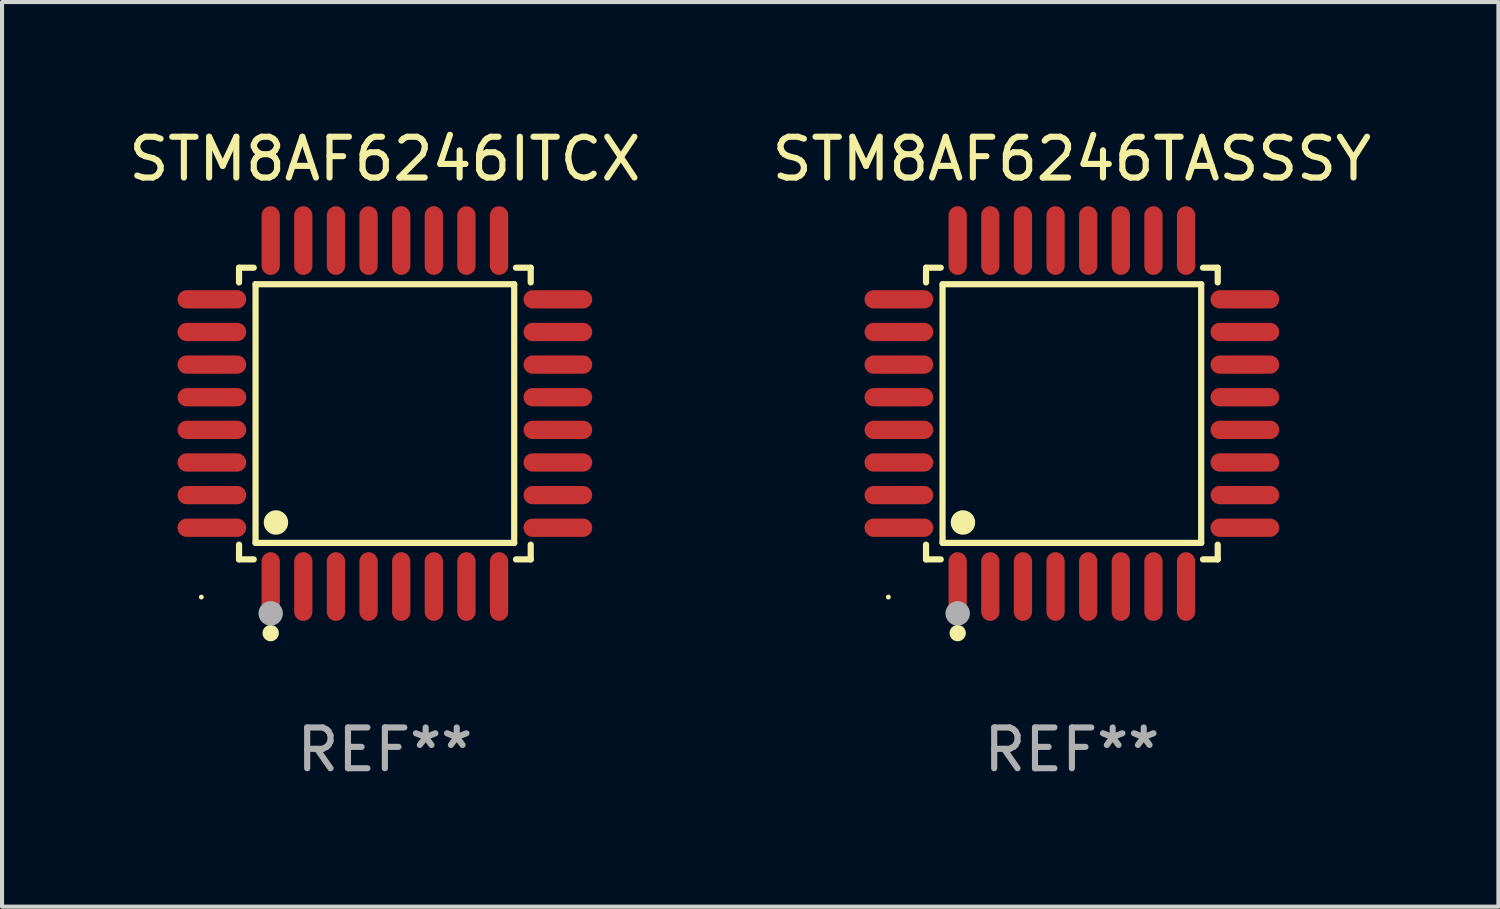
<source format=kicad_pcb>
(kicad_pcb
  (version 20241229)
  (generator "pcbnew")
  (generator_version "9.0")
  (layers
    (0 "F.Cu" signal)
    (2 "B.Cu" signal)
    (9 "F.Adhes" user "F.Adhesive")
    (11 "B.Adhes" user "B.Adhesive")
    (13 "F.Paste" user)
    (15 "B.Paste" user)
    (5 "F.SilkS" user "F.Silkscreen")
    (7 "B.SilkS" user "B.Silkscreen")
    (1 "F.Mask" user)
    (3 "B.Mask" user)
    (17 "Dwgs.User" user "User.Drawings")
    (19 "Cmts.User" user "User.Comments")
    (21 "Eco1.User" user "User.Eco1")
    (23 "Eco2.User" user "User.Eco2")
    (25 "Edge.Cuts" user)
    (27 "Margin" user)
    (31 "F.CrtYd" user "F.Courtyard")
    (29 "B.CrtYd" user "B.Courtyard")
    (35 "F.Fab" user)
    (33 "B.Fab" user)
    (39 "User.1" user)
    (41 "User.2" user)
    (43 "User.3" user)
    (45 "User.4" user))
  (footprint "STM8AF6246TASSSY"
    (layer "F.Cu")
    (at 23.232 7.09)
    (property "Reference" "STM8AF6246TASSSY" (at 0 -6.242 0) (layer "F.SilkS") (effects (font (size 1 1) (thickness 0.15))))
    (attr through_hole)
    (fp_line (start -3.576 -3.576) (end -3.215 -3.576) (stroke (width 0.152) (type solid)) (layer "F.SilkS"))
    (fp_line (start -3.576 -3.215) (end -3.576 -3.576) (stroke (width 0.152) (type solid)) (layer "F.SilkS"))
    (fp_line (start -3.576 3.215) (end -3.576 3.576) (stroke (width 0.152) (type solid)) (layer "F.SilkS"))
    (fp_line (start -3.576 3.576) (end -3.215 3.576) (stroke (width 0.152) (type solid)) (layer "F.SilkS"))
    (fp_line (start -3.171 -3.171) (end 3.171 -3.171) (stroke (width 0.152) (type solid)) (layer "F.SilkS"))
    (fp_line (start -3.171 3.171) (end -3.171 -3.171) (stroke (width 0.152) (type solid)) (layer "F.SilkS"))
    (fp_line (start 3.171 -3.171) (end 3.171 3.171) (stroke (width 0.152) (type solid)) (layer "F.SilkS"))
    (fp_line (start 3.171 3.171) (end -3.171 3.171) (stroke (width 0.152) (type solid)) (layer "F.SilkS"))
    (fp_line (start 3.576 -3.576) (end 3.215 -3.576) (stroke (width 0.152) (type solid)) (layer "F.SilkS"))
    (fp_line (start 3.576 -3.215) (end 3.576 -3.576) (stroke (width 0.152) (type solid)) (layer "F.SilkS"))
    (fp_line (start 3.576 3.215) (end 3.576 3.576) (stroke (width 0.152) (type solid)) (layer "F.SilkS"))
    (fp_line (start 3.576 3.576) (end 3.215 3.576) (stroke (width 0.152) (type solid)) (layer "F.SilkS"))
    (fp_circle (center -4.5 4.5) (end -4.47 4.5) (stroke (width 0.06) (type solid)) (fill no) (layer "F.SilkS"))
    (fp_circle (center -2.8 5.384) (end -2.7 5.384) (stroke (width 0.2) (type solid)) (fill no) (layer "F.SilkS"))
    (fp_circle (center -2.671 2.671) (end -2.521 2.671) (stroke (width 0.3) (type solid)) (fill no) (layer "F.SilkS"))
    (fp_circle (center -2.8 4.9) (end -2.65 4.9) (stroke (width 0.3) (type solid)) (fill no) (layer "F.Fab"))
    (fp_text user "REF**" (at 0 8.242 0) (layer "F.Fab") (effects (font (size 1 1) (thickness 0.15))))
    (pad "1" smd oval (at -2.8 4.242) (size 0.448 1.684) (layers "F.Cu" "F.Mask" "F.Paste"))
    (pad "2" smd oval (at -2 4.242) (size 0.448 1.684) (layers "F.Cu" "F.Mask" "F.Paste"))
    (pad "3" smd oval (at -1.2 4.242) (size 0.448 1.684) (layers "F.Cu" "F.Mask" "F.Paste"))
    (pad "4" smd oval (at -0.4 4.242) (size 0.448 1.684) (layers "F.Cu" "F.Mask" "F.Paste"))
    (pad "5" smd oval (at 0.4 4.242) (size 0.448 1.684) (layers "F.Cu" "F.Mask" "F.Paste"))
    (pad "6" smd oval (at 1.2 4.242) (size 0.448 1.684) (layers "F.Cu" "F.Mask" "F.Paste"))
    (pad "7" smd oval (at 2 4.242) (size 0.448 1.684) (layers "F.Cu" "F.Mask" "F.Paste"))
    (pad "8" smd oval (at 2.8 4.242) (size 0.448 1.684) (layers "F.Cu" "F.Mask" "F.Paste"))
    (pad "9" smd oval (at 4.242 2.8) (size 1.684 0.448) (layers "F.Cu" "F.Mask" "F.Paste"))
    (pad "10" smd oval (at 4.242 2) (size 1.684 0.448) (layers "F.Cu" "F.Mask" "F.Paste"))
    (pad "11" smd oval (at 4.242 1.2) (size 1.684 0.448) (layers "F.Cu" "F.Mask" "F.Paste"))
    (pad "12" smd oval (at 4.242 0.4) (size 1.684 0.448) (layers "F.Cu" "F.Mask" "F.Paste"))
    (pad "13" smd oval (at 4.242 -0.4) (size 1.684 0.448) (layers "F.Cu" "F.Mask" "F.Paste"))
    (pad "14" smd oval (at 4.242 -1.2) (size 1.684 0.448) (layers "F.Cu" "F.Mask" "F.Paste"))
    (pad "15" smd oval (at 4.242 -2) (size 1.684 0.448) (layers "F.Cu" "F.Mask" "F.Paste"))
    (pad "16" smd oval (at 4.242 -2.8) (size 1.684 0.448) (layers "F.Cu" "F.Mask" "F.Paste"))
    (pad "17" smd oval (at 2.8 -4.242) (size 0.448 1.684) (layers "F.Cu" "F.Mask" "F.Paste"))
    (pad "18" smd oval (at 2 -4.242) (size 0.448 1.684) (layers "F.Cu" "F.Mask" "F.Paste"))
    (pad "19" smd oval (at 1.2 -4.242) (size 0.448 1.684) (layers "F.Cu" "F.Mask" "F.Paste"))
    (pad "20" smd oval (at 0.4 -4.242) (size 0.448 1.684) (layers "F.Cu" "F.Mask" "F.Paste"))
    (pad "21" smd oval (at -0.4 -4.242) (size 0.448 1.684) (layers "F.Cu" "F.Mask" "F.Paste"))
    (pad "22" smd oval (at -1.2 -4.242) (size 0.448 1.684) (layers "F.Cu" "F.Mask" "F.Paste"))
    (pad "23" smd oval (at -2 -4.242) (size 0.448 1.684) (layers "F.Cu" "F.Mask" "F.Paste"))
    (pad "24" smd oval (at -2.8 -4.242) (size 0.448 1.684) (layers "F.Cu" "F.Mask" "F.Paste"))
    (pad "25" smd oval (at -4.242 -2.8) (size 1.684 0.448) (layers "F.Cu" "F.Mask" "F.Paste"))
    (pad "26" smd oval (at -4.242 -2) (size 1.684 0.448) (layers "F.Cu" "F.Mask" "F.Paste"))
    (pad "27" smd oval (at -4.242 -1.2) (size 1.684 0.448) (layers "F.Cu" "F.Mask" "F.Paste"))
    (pad "28" smd oval (at -4.242 -0.4) (size 1.684 0.448) (layers "F.Cu" "F.Mask" "F.Paste"))
    (pad "29" smd oval (at -4.242 0.4) (size 1.684 0.448) (layers "F.Cu" "F.Mask" "F.Paste"))
    (pad "30" smd oval (at -4.242 1.2) (size 1.684 0.448) (layers "F.Cu" "F.Mask" "F.Paste"))
    (pad "31" smd oval (at -4.242 2) (size 1.684 0.448) (layers "F.Cu" "F.Mask" "F.Paste"))
    (pad "32" smd oval (at -4.242 2.8) (size 1.684 0.448) (layers "F.Cu" "F.Mask" "F.Paste")))
  (footprint "STM8AF6246ITCX"
    (layer "F.Cu")
    (at 6.387 7.09)
    (property "Reference" "STM8AF6246ITCX" (at 0 -6.242 0) (layer "F.SilkS") (effects (font (size 1 1) (thickness 0.15))))
    (attr through_hole)
    (fp_line (start -3.576 -3.576) (end -3.215 -3.576) (stroke (width 0.152) (type solid)) (layer "F.SilkS"))
    (fp_line (start -3.576 -3.215) (end -3.576 -3.576) (stroke (width 0.152) (type solid)) (layer "F.SilkS"))
    (fp_line (start -3.576 3.215) (end -3.576 3.576) (stroke (width 0.152) (type solid)) (layer "F.SilkS"))
    (fp_line (start -3.576 3.576) (end -3.215 3.576) (stroke (width 0.152) (type solid)) (layer "F.SilkS"))
    (fp_line (start -3.171 -3.171) (end 3.171 -3.171) (stroke (width 0.152) (type solid)) (layer "F.SilkS"))
    (fp_line (start -3.171 3.171) (end -3.171 -3.171) (stroke (width 0.152) (type solid)) (layer "F.SilkS"))
    (fp_line (start 3.171 -3.171) (end 3.171 3.171) (stroke (width 0.152) (type solid)) (layer "F.SilkS"))
    (fp_line (start 3.171 3.171) (end -3.171 3.171) (stroke (width 0.152) (type solid)) (layer "F.SilkS"))
    (fp_line (start 3.576 -3.576) (end 3.215 -3.576) (stroke (width 0.152) (type solid)) (layer "F.SilkS"))
    (fp_line (start 3.576 -3.215) (end 3.576 -3.576) (stroke (width 0.152) (type solid)) (layer "F.SilkS"))
    (fp_line (start 3.576 3.215) (end 3.576 3.576) (stroke (width 0.152) (type solid)) (layer "F.SilkS"))
    (fp_line (start 3.576 3.576) (end 3.215 3.576) (stroke (width 0.152) (type solid)) (layer "F.SilkS"))
    (fp_circle (center -4.5 4.5) (end -4.47 4.5) (stroke (width 0.06) (type solid)) (fill no) (layer "F.SilkS"))
    (fp_circle (center -2.8 5.384) (end -2.7 5.384) (stroke (width 0.2) (type solid)) (fill no) (layer "F.SilkS"))
    (fp_circle (center -2.671 2.671) (end -2.521 2.671) (stroke (width 0.3) (type solid)) (fill no) (layer "F.SilkS"))
    (fp_circle (center -2.8 4.9) (end -2.65 4.9) (stroke (width 0.3) (type solid)) (fill no) (layer "F.Fab"))
    (fp_text user "REF**" (at 0 8.242 0) (layer "F.Fab") (effects (font (size 1 1) (thickness 0.15))))
    (pad "1" smd oval (at -2.8 4.242) (size 0.448 1.684) (layers "F.Cu" "F.Mask" "F.Paste"))
    (pad "2" smd oval (at -2 4.242) (size 0.448 1.684) (layers "F.Cu" "F.Mask" "F.Paste"))
    (pad "3" smd oval (at -1.2 4.242) (size 0.448 1.684) (layers "F.Cu" "F.Mask" "F.Paste"))
    (pad "4" smd oval (at -0.4 4.242) (size 0.448 1.684) (layers "F.Cu" "F.Mask" "F.Paste"))
    (pad "5" smd oval (at 0.4 4.242) (size 0.448 1.684) (layers "F.Cu" "F.Mask" "F.Paste"))
    (pad "6" smd oval (at 1.2 4.242) (size 0.448 1.684) (layers "F.Cu" "F.Mask" "F.Paste"))
    (pad "7" smd oval (at 2 4.242) (size 0.448 1.684) (layers "F.Cu" "F.Mask" "F.Paste"))
    (pad "8" smd oval (at 2.8 4.242) (size 0.448 1.684) (layers "F.Cu" "F.Mask" "F.Paste"))
    (pad "9" smd oval (at 4.242 2.8) (size 1.684 0.448) (layers "F.Cu" "F.Mask" "F.Paste"))
    (pad "10" smd oval (at 4.242 2) (size 1.684 0.448) (layers "F.Cu" "F.Mask" "F.Paste"))
    (pad "11" smd oval (at 4.242 1.2) (size 1.684 0.448) (layers "F.Cu" "F.Mask" "F.Paste"))
    (pad "12" smd oval (at 4.242 0.4) (size 1.684 0.448) (layers "F.Cu" "F.Mask" "F.Paste"))
    (pad "13" smd oval (at 4.242 -0.4) (size 1.684 0.448) (layers "F.Cu" "F.Mask" "F.Paste"))
    (pad "14" smd oval (at 4.242 -1.2) (size 1.684 0.448) (layers "F.Cu" "F.Mask" "F.Paste"))
    (pad "15" smd oval (at 4.242 -2) (size 1.684 0.448) (layers "F.Cu" "F.Mask" "F.Paste"))
    (pad "16" smd oval (at 4.242 -2.8) (size 1.684 0.448) (layers "F.Cu" "F.Mask" "F.Paste"))
    (pad "17" smd oval (at 2.8 -4.242) (size 0.448 1.684) (layers "F.Cu" "F.Mask" "F.Paste"))
    (pad "18" smd oval (at 2 -4.242) (size 0.448 1.684) (layers "F.Cu" "F.Mask" "F.Paste"))
    (pad "19" smd oval (at 1.2 -4.242) (size 0.448 1.684) (layers "F.Cu" "F.Mask" "F.Paste"))
    (pad "20" smd oval (at 0.4 -4.242) (size 0.448 1.684) (layers "F.Cu" "F.Mask" "F.Paste"))
    (pad "21" smd oval (at -0.4 -4.242) (size 0.448 1.684) (layers "F.Cu" "F.Mask" "F.Paste"))
    (pad "22" smd oval (at -1.2 -4.242) (size 0.448 1.684) (layers "F.Cu" "F.Mask" "F.Paste"))
    (pad "23" smd oval (at -2 -4.242) (size 0.448 1.684) (layers "F.Cu" "F.Mask" "F.Paste"))
    (pad "24" smd oval (at -2.8 -4.242) (size 0.448 1.684) (layers "F.Cu" "F.Mask" "F.Paste"))
    (pad "25" smd oval (at -4.242 -2.8) (size 1.684 0.448) (layers "F.Cu" "F.Mask" "F.Paste"))
    (pad "26" smd oval (at -4.242 -2) (size 1.684 0.448) (layers "F.Cu" "F.Mask" "F.Paste"))
    (pad "27" smd oval (at -4.242 -1.2) (size 1.684 0.448) (layers "F.Cu" "F.Mask" "F.Paste"))
    (pad "28" smd oval (at -4.242 -0.4) (size 1.684 0.448) (layers "F.Cu" "F.Mask" "F.Paste"))
    (pad "29" smd oval (at -4.242 0.4) (size 1.684 0.448) (layers "F.Cu" "F.Mask" "F.Paste"))
    (pad "30" smd oval (at -4.242 1.2) (size 1.684 0.448) (layers "F.Cu" "F.Mask" "F.Paste"))
    (pad "31" smd oval (at -4.242 2) (size 1.684 0.448) (layers "F.Cu" "F.Mask" "F.Paste"))
    (pad "32" smd oval (at -4.242 2.8) (size 1.684 0.448) (layers "F.Cu" "F.Mask" "F.Paste")))
  (gr_rect
    (start -3 -3)
    (end 33.69 19.181)
    (stroke (width 0.1) (type default))
    (fill no)
    (layer "Edge.Cuts")))
</source>
